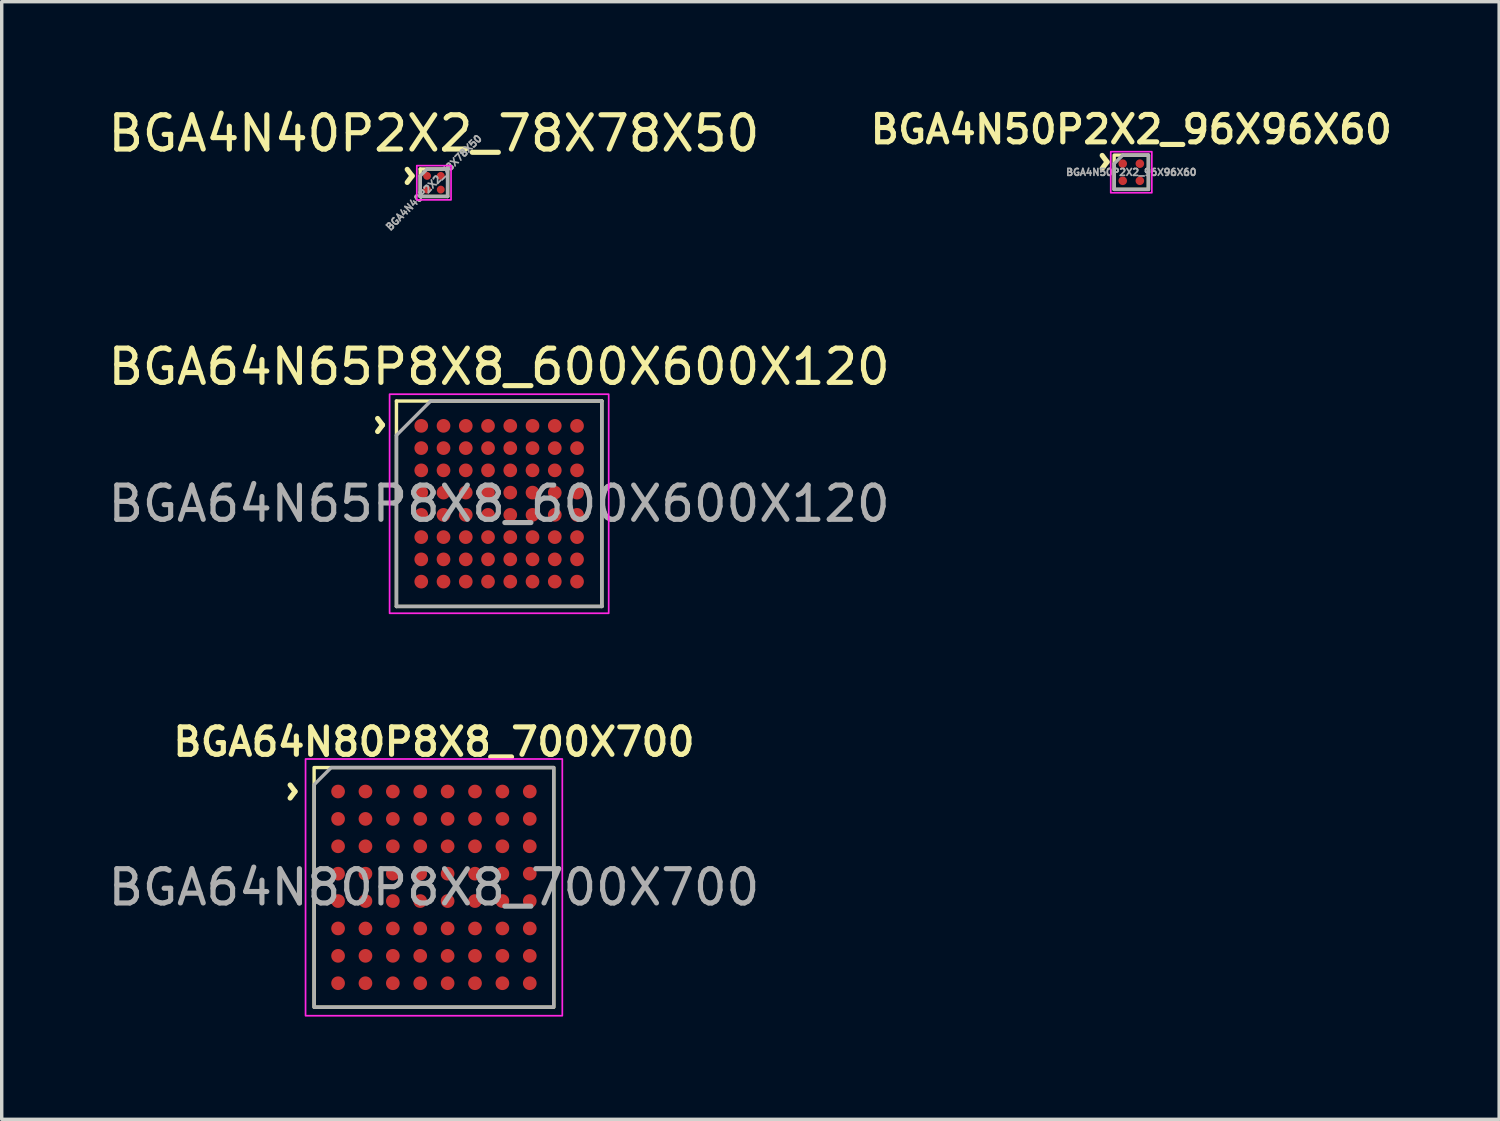
<source format=kicad_pcb>
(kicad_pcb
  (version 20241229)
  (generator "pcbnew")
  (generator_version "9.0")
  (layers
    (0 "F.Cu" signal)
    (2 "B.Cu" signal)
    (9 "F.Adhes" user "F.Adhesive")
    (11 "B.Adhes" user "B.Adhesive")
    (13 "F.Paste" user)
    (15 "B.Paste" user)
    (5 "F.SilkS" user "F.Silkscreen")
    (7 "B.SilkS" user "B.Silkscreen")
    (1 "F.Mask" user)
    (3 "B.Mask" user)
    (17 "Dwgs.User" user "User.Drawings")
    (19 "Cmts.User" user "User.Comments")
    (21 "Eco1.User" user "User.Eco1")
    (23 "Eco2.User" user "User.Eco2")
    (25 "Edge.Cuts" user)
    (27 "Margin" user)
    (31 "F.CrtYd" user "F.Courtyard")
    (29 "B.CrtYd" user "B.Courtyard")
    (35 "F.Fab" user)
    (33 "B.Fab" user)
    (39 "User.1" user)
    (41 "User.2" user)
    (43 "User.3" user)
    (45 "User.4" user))
  (footprint "BGA64N65P8X8_600X600X120"
    (layer "F.Cu")
    (at 11.53 11.664)
    (property "Reference" "BGA64N65P8X8_600X600X120" (at 0 -4 0) (layer "F.SilkS") (effects (font (size 1 1) (thickness 0.15))))
    (attr smd)
    (fp_line (start -3 -3) (end 3 -3) (stroke (width 0.1) (type solid)) (layer "F.SilkS"))
    (fp_line (start -3 3) (end -3 -3) (stroke (width 0.1) (type solid)) (layer "F.SilkS"))
    (fp_line (start 3 3) (end -3 3) (stroke (width 0.1) (type solid)) (layer "F.SilkS"))
    (fp_line (start 3 3) (end 3 -3) (stroke (width 0.1) (type solid)) (layer "F.SilkS"))
    (fp_rect (start 3.2 -3.2) (end -3.2 3.2) (stroke (width 0.05) (type solid)) (fill no) (layer "F.CrtYd"))
    (fp_line (start -3 -2) (end -3 3) (stroke (width 0.1) (type solid)) (layer "F.Fab"))
    (fp_line (start -3 3) (end 3 3) (stroke (width 0.1) (type solid)) (layer "F.Fab"))
    (fp_line (start -2 -3) (end -3 -2) (stroke (width 0.1) (type solid)) (layer "F.Fab"))
    (fp_line (start 3 -3) (end -2 -3) (stroke (width 0.1) (type solid)) (layer "F.Fab"))
    (fp_line (start 3 3) (end 3 -3) (stroke (width 0.1) (type solid)) (layer "F.Fab"))
    (fp_text user "^" (at -4 -2.3 270) (unlocked yes) (layer "F.SilkS") (effects (font (size 1 1) (thickness 0.15))))
    (fp_text user "${REFERENCE}" (at 0 0 0) (unlocked yes) (layer "F.Fab") (effects (font (size 1 1) (thickness 0.15))))
    (pad "A1" smd circle (at -2.275 -2.275) (size 0.4 0.4) (layers "F.Cu" "F.Mask" "F.Paste"))
    (pad "A2" smd circle (at -1.625 -2.275) (size 0.4 0.4) (layers "F.Cu" "F.Mask" "F.Paste"))
    (pad "A3" smd circle (at -0.975 -2.275) (size 0.4 0.4) (layers "F.Cu" "F.Mask" "F.Paste"))
    (pad "A4" smd circle (at -0.325 -2.275) (size 0.4 0.4) (layers "F.Cu" "F.Mask" "F.Paste"))
    (pad "A5" smd circle (at 0.325 -2.275) (size 0.4 0.4) (layers "F.Cu" "F.Mask" "F.Paste"))
    (pad "A6" smd circle (at 0.975 -2.275) (size 0.4 0.4) (layers "F.Cu" "F.Mask" "F.Paste"))
    (pad "A7" smd circle (at 1.625 -2.275) (size 0.4 0.4) (layers "F.Cu" "F.Mask" "F.Paste"))
    (pad "A8" smd circle (at 2.275 -2.275) (size 0.4 0.4) (layers "F.Cu" "F.Mask" "F.Paste"))
    (pad "B1" smd circle (at -2.275 -1.625) (size 0.4 0.4) (layers "F.Cu" "F.Mask" "F.Paste"))
    (pad "B2" smd circle (at -1.625 -1.625) (size 0.4 0.4) (layers "F.Cu" "F.Mask" "F.Paste"))
    (pad "B3" smd circle (at -0.975 -1.625) (size 0.4 0.4) (layers "F.Cu" "F.Mask" "F.Paste"))
    (pad "B4" smd circle (at -0.325 -1.625) (size 0.4 0.4) (layers "F.Cu" "F.Mask" "F.Paste"))
    (pad "B5" smd circle (at 0.325 -1.625) (size 0.4 0.4) (layers "F.Cu" "F.Mask" "F.Paste"))
    (pad "B6" smd circle (at 0.975 -1.625) (size 0.4 0.4) (layers "F.Cu" "F.Mask" "F.Paste"))
    (pad "B7" smd circle (at 1.625 -1.625) (size 0.4 0.4) (layers "F.Cu" "F.Mask" "F.Paste"))
    (pad "B8" smd circle (at 2.275 -1.625) (size 0.4 0.4) (layers "F.Cu" "F.Mask" "F.Paste"))
    (pad "C1" smd circle (at -2.275 -0.975) (size 0.4 0.4) (layers "F.Cu" "F.Mask" "F.Paste"))
    (pad "C2" smd circle (at -1.625 -0.975) (size 0.4 0.4) (layers "F.Cu" "F.Mask" "F.Paste"))
    (pad "C3" smd circle (at -0.975 -0.975) (size 0.4 0.4) (layers "F.Cu" "F.Mask" "F.Paste"))
    (pad "C4" smd circle (at -0.325 -0.975) (size 0.4 0.4) (layers "F.Cu" "F.Mask" "F.Paste"))
    (pad "C5" smd circle (at 0.325 -0.975) (size 0.4 0.4) (layers "F.Cu" "F.Mask" "F.Paste"))
    (pad "C6" smd circle (at 0.975 -0.975) (size 0.4 0.4) (layers "F.Cu" "F.Mask" "F.Paste"))
    (pad "C7" smd circle (at 1.625 -0.975) (size 0.4 0.4) (layers "F.Cu" "F.Mask" "F.Paste"))
    (pad "C8" smd circle (at 2.275 -0.975) (size 0.4 0.4) (layers "F.Cu" "F.Mask" "F.Paste"))
    (pad "D1" smd circle (at -2.275 -0.325) (size 0.4 0.4) (layers "F.Cu" "F.Mask" "F.Paste"))
    (pad "D2" smd circle (at -1.625 -0.325) (size 0.4 0.4) (layers "F.Cu" "F.Mask" "F.Paste"))
    (pad "D3" smd circle (at -0.975 -0.325) (size 0.4 0.4) (layers "F.Cu" "F.Mask" "F.Paste"))
    (pad "D4" smd circle (at -0.325 -0.325) (size 0.4 0.4) (layers "F.Cu" "F.Mask" "F.Paste"))
    (pad "D5" smd circle (at 0.325 -0.325) (size 0.4 0.4) (layers "F.Cu" "F.Mask" "F.Paste"))
    (pad "D6" smd circle (at 0.975 -0.325) (size 0.4 0.4) (layers "F.Cu" "F.Mask" "F.Paste"))
    (pad "D7" smd circle (at 1.625 -0.325) (size 0.4 0.4) (layers "F.Cu" "F.Mask" "F.Paste"))
    (pad "D8" smd circle (at 2.275 -0.325) (size 0.4 0.4) (layers "F.Cu" "F.Mask" "F.Paste"))
    (pad "E1" smd circle (at -2.275 0.325) (size 0.4 0.4) (layers "F.Cu" "F.Mask" "F.Paste"))
    (pad "E2" smd circle (at -1.625 0.325) (size 0.4 0.4) (layers "F.Cu" "F.Mask" "F.Paste"))
    (pad "E3" smd circle (at -0.975 0.325) (size 0.4 0.4) (layers "F.Cu" "F.Mask" "F.Paste"))
    (pad "E4" smd circle (at -0.325 0.325) (size 0.4 0.4) (layers "F.Cu" "F.Mask" "F.Paste"))
    (pad "E5" smd circle (at 0.325 0.325) (size 0.4 0.4) (layers "F.Cu" "F.Mask" "F.Paste"))
    (pad "E6" smd circle (at 0.975 0.325) (size 0.4 0.4) (layers "F.Cu" "F.Mask" "F.Paste"))
    (pad "E7" smd circle (at 1.625 0.325) (size 0.4 0.4) (layers "F.Cu" "F.Mask" "F.Paste"))
    (pad "E8" smd circle (at 2.275 0.325) (size 0.4 0.4) (layers "F.Cu" "F.Mask" "F.Paste"))
    (pad "F1" smd circle (at -2.275 0.975) (size 0.4 0.4) (layers "F.Cu" "F.Mask" "F.Paste"))
    (pad "F2" smd circle (at -1.625 0.975) (size 0.4 0.4) (layers "F.Cu" "F.Mask" "F.Paste"))
    (pad "F3" smd circle (at -0.975 0.975) (size 0.4 0.4) (layers "F.Cu" "F.Mask" "F.Paste"))
    (pad "F4" smd circle (at -0.325 0.975) (size 0.4 0.4) (layers "F.Cu" "F.Mask" "F.Paste"))
    (pad "F5" smd circle (at 0.325 0.975) (size 0.4 0.4) (layers "F.Cu" "F.Mask" "F.Paste"))
    (pad "F6" smd circle (at 0.975 0.975) (size 0.4 0.4) (layers "F.Cu" "F.Mask" "F.Paste"))
    (pad "F7" smd circle (at 1.625 0.975) (size 0.4 0.4) (layers "F.Cu" "F.Mask" "F.Paste"))
    (pad "F8" smd circle (at 2.275 0.975) (size 0.4 0.4) (layers "F.Cu" "F.Mask" "F.Paste"))
    (pad "G1" smd circle (at -2.275 1.625) (size 0.4 0.4) (layers "F.Cu" "F.Mask" "F.Paste"))
    (pad "G2" smd circle (at -1.625 1.625) (size 0.4 0.4) (layers "F.Cu" "F.Mask" "F.Paste"))
    (pad "G3" smd circle (at -0.975 1.625) (size 0.4 0.4) (layers "F.Cu" "F.Mask" "F.Paste"))
    (pad "G4" smd circle (at -0.325 1.625) (size 0.4 0.4) (layers "F.Cu" "F.Mask" "F.Paste"))
    (pad "G5" smd circle (at 0.325 1.625) (size 0.4 0.4) (layers "F.Cu" "F.Mask" "F.Paste"))
    (pad "G6" smd circle (at 0.975 1.625) (size 0.4 0.4) (layers "F.Cu" "F.Mask" "F.Paste"))
    (pad "G7" smd circle (at 1.625 1.625) (size 0.4 0.4) (layers "F.Cu" "F.Mask" "F.Paste"))
    (pad "G8" smd circle (at 2.275 1.625) (size 0.4 0.4) (layers "F.Cu" "F.Mask" "F.Paste"))
    (pad "H1" smd circle (at -2.275 2.275) (size 0.4 0.4) (layers "F.Cu" "F.Mask" "F.Paste"))
    (pad "H2" smd circle (at -1.625 2.275) (size 0.4 0.4) (layers "F.Cu" "F.Mask" "F.Paste"))
    (pad "H3" smd circle (at -0.975 2.275) (size 0.4 0.4) (layers "F.Cu" "F.Mask" "F.Paste"))
    (pad "H4" smd circle (at -0.325 2.275) (size 0.4 0.4) (layers "F.Cu" "F.Mask" "F.Paste"))
    (pad "H5" smd circle (at 0.325 2.275) (size 0.4 0.4) (layers "F.Cu" "F.Mask" "F.Paste"))
    (pad "H6" smd circle (at 0.975 2.275) (size 0.4 0.4) (layers "F.Cu" "F.Mask" "F.Paste"))
    (pad "H7" smd circle (at 1.625 2.275) (size 0.4 0.4) (layers "F.Cu" "F.Mask" "F.Paste"))
    (pad "H8" smd circle (at 2.275 2.275) (size 0.4 0.4) (layers "F.Cu" "F.Mask" "F.Paste")))
  (footprint "BGA4N40P2X2_78X78X50"
    (layer "F.Cu")
    (at 9.625 2.288)
    (property "Reference" "BGA4N40P2X2_78X78X50" (at 0 -1.44 0) (unlocked yes) (layer "F.SilkS") (effects (font (size 1 1) (thickness 0.15))))
    (attr smd)
    (fp_line (start -0.4 -0.4) (end 0.4 -0.4) (stroke (width 0.1) (type solid)) (layer "F.SilkS"))
    (fp_line (start -0.4 0.4) (end -0.4 -0.4) (stroke (width 0.1) (type solid)) (layer "F.SilkS"))
    (fp_line (start 0.4 -0.4) (end 0.4 0.4) (stroke (width 0.1) (type solid)) (layer "F.SilkS"))
    (fp_line (start 0.4 0.4) (end -0.4 0.4) (stroke (width 0.1) (type solid)) (layer "F.SilkS"))
    (fp_rect (start -0.1 -0.1) (end -0.3 -0.3) (stroke (width 0.05) (type solid)) (fill yes) (layer "F.Paste"))
    (fp_rect (start -0.1 0.3) (end -0.3 0.1) (stroke (width 0.05) (type solid)) (fill yes) (layer "F.Paste"))
    (fp_rect (start 0.3 -0.1) (end 0.1 -0.3) (stroke (width 0.05) (type solid)) (fill yes) (layer "F.Paste"))
    (fp_rect (start 0.3 0.3) (end 0.1 0.1) (stroke (width 0.05) (type solid)) (fill yes) (layer "F.Paste"))
    (fp_rect (start -0.5 -0.5) (end 0.5 0.5) (stroke (width 0.05) (type solid)) (fill no) (layer "F.CrtYd"))
    (fp_line (start -0.4 -0.2) (end -0.2 -0.4) (stroke (width 0.1) (type solid)) (layer "F.Fab"))
    (fp_line (start -0.4 0.4) (end -0.4 -0.2) (stroke (width 0.1) (type solid)) (layer "F.Fab"))
    (fp_line (start -0.2 -0.4) (end 0.4 -0.4) (stroke (width 0.1) (type solid)) (layer "F.Fab"))
    (fp_line (start 0.4 -0.4) (end 0.4 0.4) (stroke (width 0.1) (type solid)) (layer "F.Fab"))
    (fp_line (start 0.4 0.4) (end -0.4 0.4) (stroke (width 0.1) (type solid)) (layer "F.Fab"))
    (fp_text user "^" (at -1.23 -0.2 270) (unlocked yes) (layer "F.SilkS") (effects (font (size 1 1) (thickness 0.15))))
    (fp_text user "${REFERENCE}" (at 0 0 45) (unlocked yes) (layer "F.Fab") (effects (font (size 0.2 0.2) (thickness 0.05))))
    (pad "A1" smd circle (at -0.2 -0.2) (size 0.23 0.23) (layers "F.Cu" "F.Mask"))
    (pad "A2" smd circle (at 0.2 -0.2) (size 0.23 0.23) (layers "F.Cu" "F.Mask"))
    (pad "B1" smd circle (at -0.2 0.2) (size 0.23 0.23) (layers "F.Cu" "F.Mask"))
    (pad "B2" smd circle (at 0.2 0.2) (size 0.23 0.23) (layers "F.Cu" "F.Mask")))
  (footprint "BGA4N50P2X2_96X96X60"
    (layer "F.Cu")
    (at 29.995 1.981)
    (property "Reference" "BGA4N50P2X2_96X96X60" (at 0 -1.25 0) (layer "F.SilkS") (effects (font (size 0.8 0.8) (thickness 0.15))))
    (attr smd)
    (fp_rect (start -0.5 -0.5) (end 0.5 0.5) (stroke (width 0.1) (type solid)) (fill no) (layer "F.SilkS"))
    (fp_rect (start -0.6 -0.6) (end 0.6 0.6) (stroke (width 0.05) (type solid)) (fill no) (layer "F.CrtYd"))
    (fp_line (start -0.5 -0.25) (end -0.25 -0.5) (stroke (width 0.1) (type solid)) (layer "F.Fab"))
    (fp_line (start -0.5 0.5) (end -0.5 -0.25) (stroke (width 0.1) (type solid)) (layer "F.Fab"))
    (fp_line (start -0.25 -0.5) (end 0.5 -0.5) (stroke (width 0.1) (type solid)) (layer "F.Fab"))
    (fp_line (start 0.5 -0.5) (end 0.5 0.5) (stroke (width 0.1) (type solid)) (layer "F.Fab"))
    (fp_line (start 0.5 0.5) (end -0.5 0.5) (stroke (width 0.1) (type solid)) (layer "F.Fab"))
    (fp_text user "^" (at -1.3 -0.3 270) (unlocked yes) (layer "F.SilkS") (effects (font (size 1 1) (thickness 0.15))))
    (fp_text user "${REFERENCE}" (at 0 0 0) (layer "F.Fab") (effects (font (size 0.2 0.2) (thickness 0.05))))
    (pad "A1" smd circle (at -0.25 -0.25) (size 0.25 0.25) (layers "F.Cu" "F.Mask" "F.Paste"))
    (pad "A2" smd circle (at 0.25 -0.25) (size 0.25 0.25) (layers "F.Cu" "F.Mask" "F.Paste"))
    (pad "B1" smd circle (at -0.25 0.25) (size 0.25 0.25) (layers "F.Cu" "F.Mask" "F.Paste"))
    (pad "B2" smd circle (at 0.25 0.25) (size 0.25 0.25) (layers "F.Cu" "F.Mask" "F.Paste")))
  (footprint "BGA64N80P8X8_700X700"
    (layer "F.Cu")
    (at 9.625 22.87)
    (property "Reference" "BGA64N80P8X8_700X700" (at 0 -4.25 0) (layer "F.SilkS") (effects (font (size 0.8 0.8) (thickness 0.15))))
    (attr smd)
    (fp_rect (start 3.5 -3.5) (end -3.5 3.5) (stroke (width 0.1) (type solid)) (fill no) (layer "F.SilkS"))
    (fp_rect (start -3.75 -3.75) (end 3.75 3.75) (stroke (width 0.05) (type default)) (fill no) (layer "F.CrtYd"))
    (fp_poly (pts (xy 3.5 3.5) (xy -3.5 3.5) (xy -3.5 -3) (xy -3 -3.5) (xy 3.5 -3.5)) (stroke (width 0.1) (type solid)) (fill no) (layer "F.Fab"))
    (fp_text user "^" (at -4.65 -2.8 270) (unlocked yes) (layer "F.SilkS") (effects (font (size 1 1) (thickness 0.15))))
    (fp_text user "${REFERENCE}" (at 0 0 0) (layer "F.Fab") (effects (font (size 1 1) (thickness 0.15))))
    (pad "A1" smd circle (at -2.8 -2.8) (size 0.4 0.4) (layers "F.Cu" "F.Mask" "F.Paste"))
    (pad "A2" smd circle (at -2 -2.8) (size 0.4 0.4) (layers "F.Cu" "F.Mask" "F.Paste"))
    (pad "A3" smd circle (at -1.2 -2.8) (size 0.4 0.4) (layers "F.Cu" "F.Mask" "F.Paste"))
    (pad "A4" smd circle (at -0.4 -2.8) (size 0.4 0.4) (layers "F.Cu" "F.Mask" "F.Paste"))
    (pad "A5" smd circle (at 0.4 -2.8) (size 0.4 0.4) (layers "F.Cu" "F.Mask" "F.Paste"))
    (pad "A6" smd circle (at 1.2 -2.8) (size 0.4 0.4) (layers "F.Cu" "F.Mask" "F.Paste"))
    (pad "A7" smd circle (at 2 -2.8) (size 0.4 0.4) (layers "F.Cu" "F.Mask" "F.Paste"))
    (pad "A8" smd circle (at 2.8 -2.8) (size 0.4 0.4) (layers "F.Cu" "F.Mask" "F.Paste"))
    (pad "B1" smd circle (at -2.8 -2) (size 0.4 0.4) (layers "F.Cu" "F.Mask" "F.Paste"))
    (pad "B2" smd circle (at -2 -2) (size 0.4 0.4) (layers "F.Cu" "F.Mask" "F.Paste"))
    (pad "B3" smd circle (at -1.2 -2) (size 0.4 0.4) (layers "F.Cu" "F.Mask" "F.Paste"))
    (pad "B4" smd circle (at -0.4 -2) (size 0.4 0.4) (layers "F.Cu" "F.Mask" "F.Paste"))
    (pad "B5" smd circle (at 0.4 -2) (size 0.4 0.4) (layers "F.Cu" "F.Mask" "F.Paste"))
    (pad "B6" smd circle (at 1.2 -2) (size 0.4 0.4) (layers "F.Cu" "F.Mask" "F.Paste"))
    (pad "B7" smd circle (at 2 -2) (size 0.4 0.4) (layers "F.Cu" "F.Mask" "F.Paste"))
    (pad "B8" smd circle (at 2.8 -2) (size 0.4 0.4) (layers "F.Cu" "F.Mask" "F.Paste"))
    (pad "C1" smd circle (at -2.8 -1.2) (size 0.4 0.4) (layers "F.Cu" "F.Mask" "F.Paste"))
    (pad "C2" smd circle (at -2 -1.2) (size 0.4 0.4) (layers "F.Cu" "F.Mask" "F.Paste"))
    (pad "C3" smd circle (at -1.2 -1.2) (size 0.4 0.4) (layers "F.Cu" "F.Mask" "F.Paste"))
    (pad "C4" smd circle (at -0.4 -1.2) (size 0.4 0.4) (layers "F.Cu" "F.Mask" "F.Paste"))
    (pad "C5" smd circle (at 0.4 -1.2) (size 0.4 0.4) (layers "F.Cu" "F.Mask" "F.Paste"))
    (pad "C6" smd circle (at 1.2 -1.2) (size 0.4 0.4) (layers "F.Cu" "F.Mask" "F.Paste"))
    (pad "C7" smd circle (at 2 -1.2) (size 0.4 0.4) (layers "F.Cu" "F.Mask" "F.Paste"))
    (pad "C8" smd circle (at 2.8 -1.2) (size 0.4 0.4) (layers "F.Cu" "F.Mask" "F.Paste"))
    (pad "D1" smd circle (at -2.8 -0.4) (size 0.4 0.4) (layers "F.Cu" "F.Mask" "F.Paste"))
    (pad "D2" smd circle (at -2 -0.4) (size 0.4 0.4) (layers "F.Cu" "F.Mask" "F.Paste"))
    (pad "D3" smd circle (at -1.2 -0.4) (size 0.4 0.4) (layers "F.Cu" "F.Mask" "F.Paste"))
    (pad "D4" smd circle (at -0.4 -0.4) (size 0.4 0.4) (layers "F.Cu" "F.Mask" "F.Paste"))
    (pad "D5" smd circle (at 0.4 -0.4) (size 0.4 0.4) (layers "F.Cu" "F.Mask" "F.Paste"))
    (pad "D6" smd circle (at 1.2 -0.4) (size 0.4 0.4) (layers "F.Cu" "F.Mask" "F.Paste"))
    (pad "D7" smd circle (at 2 -0.4) (size 0.4 0.4) (layers "F.Cu" "F.Mask" "F.Paste"))
    (pad "D8" smd circle (at 2.8 -0.4) (size 0.4 0.4) (layers "F.Cu" "F.Mask" "F.Paste"))
    (pad "E1" smd circle (at -2.8 0.4) (size 0.4 0.4) (layers "F.Cu" "F.Mask" "F.Paste"))
    (pad "E2" smd circle (at -2 0.4) (size 0.4 0.4) (layers "F.Cu" "F.Mask" "F.Paste"))
    (pad "E3" smd circle (at -1.2 0.4) (size 0.4 0.4) (layers "F.Cu" "F.Mask" "F.Paste"))
    (pad "E4" smd circle (at -0.4 0.4) (size 0.4 0.4) (layers "F.Cu" "F.Mask" "F.Paste"))
    (pad "E5" smd circle (at 0.4 0.4) (size 0.4 0.4) (layers "F.Cu" "F.Mask" "F.Paste"))
    (pad "E6" smd circle (at 1.2 0.4) (size 0.4 0.4) (layers "F.Cu" "F.Mask" "F.Paste"))
    (pad "E7" smd circle (at 2 0.4) (size 0.4 0.4) (layers "F.Cu" "F.Mask" "F.Paste"))
    (pad "E8" smd circle (at 2.8 0.4) (size 0.4 0.4) (layers "F.Cu" "F.Mask" "F.Paste"))
    (pad "F1" smd circle (at -2.8 1.2) (size 0.4 0.4) (layers "F.Cu" "F.Mask" "F.Paste"))
    (pad "F2" smd circle (at -2 1.2) (size 0.4 0.4) (layers "F.Cu" "F.Mask" "F.Paste"))
    (pad "F3" smd circle (at -1.2 1.2) (size 0.4 0.4) (layers "F.Cu" "F.Mask" "F.Paste"))
    (pad "F4" smd circle (at -0.4 1.2) (size 0.4 0.4) (layers "F.Cu" "F.Mask" "F.Paste"))
    (pad "F5" smd circle (at 0.4 1.2) (size 0.4 0.4) (layers "F.Cu" "F.Mask" "F.Paste"))
    (pad "F6" smd circle (at 1.2 1.2) (size 0.4 0.4) (layers "F.Cu" "F.Mask" "F.Paste"))
    (pad "F7" smd circle (at 2 1.2) (size 0.4 0.4) (layers "F.Cu" "F.Mask" "F.Paste"))
    (pad "F8" smd circle (at 2.8 1.2) (size 0.4 0.4) (layers "F.Cu" "F.Mask" "F.Paste"))
    (pad "G1" smd circle (at -2.8 2) (size 0.4 0.4) (layers "F.Cu" "F.Mask" "F.Paste"))
    (pad "G2" smd circle (at -2 2) (size 0.4 0.4) (layers "F.Cu" "F.Mask" "F.Paste"))
    (pad "G3" smd circle (at -1.2 2) (size 0.4 0.4) (layers "F.Cu" "F.Mask" "F.Paste"))
    (pad "G4" smd circle (at -0.4 2) (size 0.4 0.4) (layers "F.Cu" "F.Mask" "F.Paste"))
    (pad "G5" smd circle (at 0.4 2) (size 0.4 0.4) (layers "F.Cu" "F.Mask" "F.Paste"))
    (pad "G6" smd circle (at 1.2 2) (size 0.4 0.4) (layers "F.Cu" "F.Mask" "F.Paste"))
    (pad "G7" smd circle (at 2 2) (size 0.4 0.4) (layers "F.Cu" "F.Mask" "F.Paste"))
    (pad "G8" smd circle (at 2.8 2) (size 0.4 0.4) (layers "F.Cu" "F.Mask" "F.Paste"))
    (pad "H1" smd circle (at -2.8 2.8) (size 0.4 0.4) (layers "F.Cu" "F.Mask" "F.Paste"))
    (pad "H2" smd circle (at -2 2.8) (size 0.4 0.4) (layers "F.Cu" "F.Mask" "F.Paste"))
    (pad "H3" smd circle (at -1.2 2.8) (size 0.4 0.4) (layers "F.Cu" "F.Mask" "F.Paste"))
    (pad "H4" smd circle (at -0.4 2.8) (size 0.4 0.4) (layers "F.Cu" "F.Mask" "F.Paste"))
    (pad "H5" smd circle (at 0.4 2.8) (size 0.4 0.4) (layers "F.Cu" "F.Mask" "F.Paste"))
    (pad "H6" smd circle (at 1.2 2.8) (size 0.4 0.4) (layers "F.Cu" "F.Mask" "F.Paste"))
    (pad "H7" smd circle (at 2 2.8) (size 0.4 0.4) (layers "F.Cu" "F.Mask" "F.Paste"))
    (pad "H8" smd circle (at 2.8 2.8) (size 0.4 0.4) (layers "F.Cu" "F.Mask" "F.Paste")))
  (gr_rect
    (start -3 -3)
    (end 40.74 29.645)
    (stroke (width 0.1) (type default))
    (fill no)
    (layer "Edge.Cuts")))
</source>
